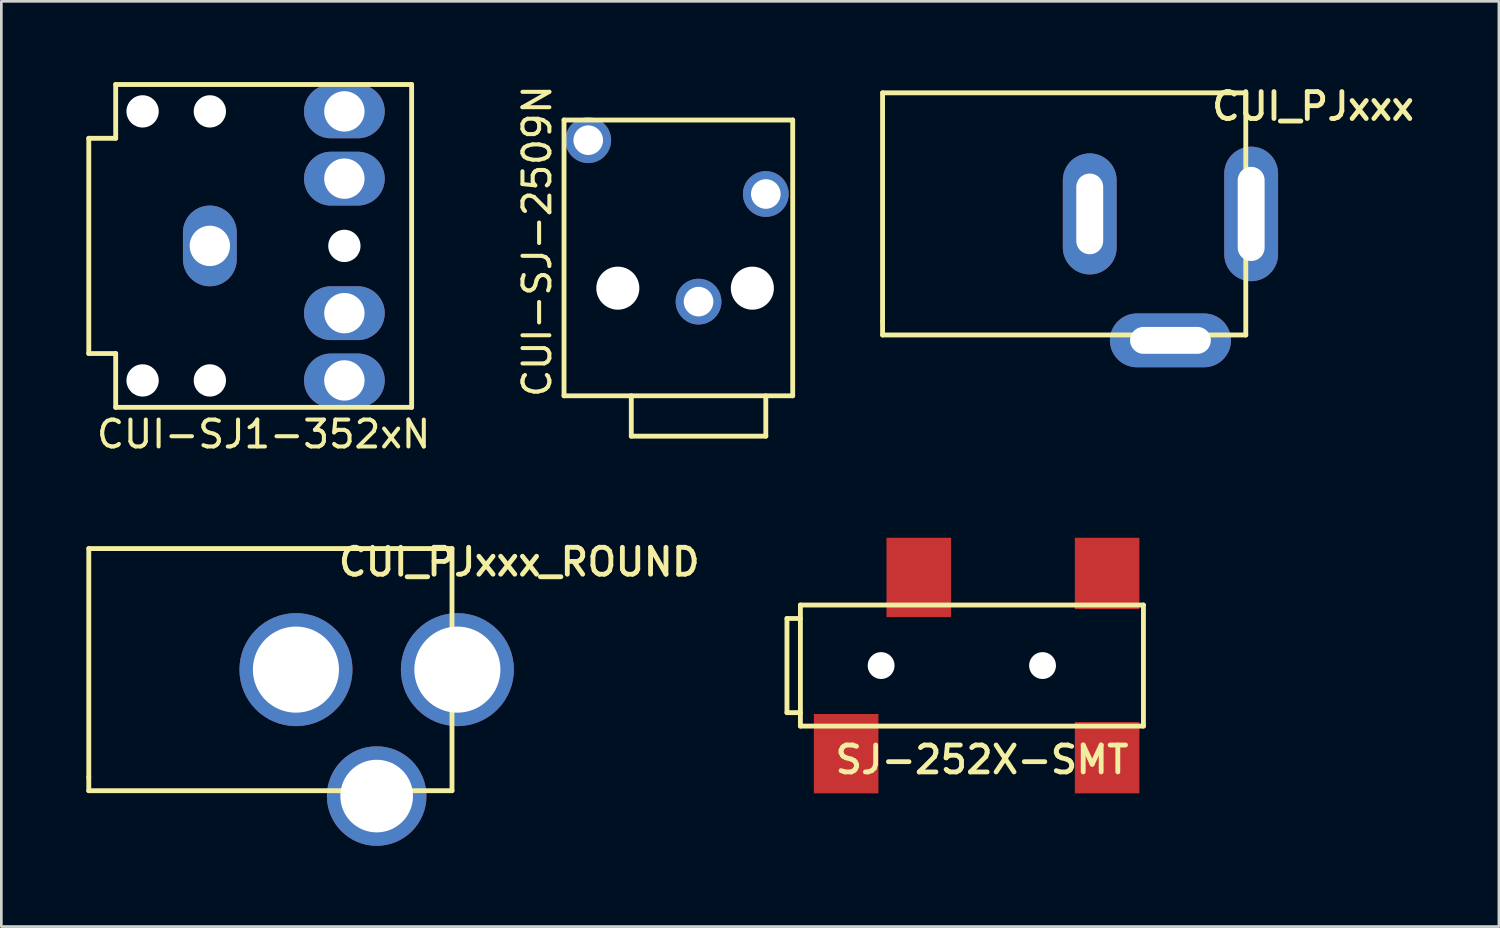
<source format=kicad_pcb>
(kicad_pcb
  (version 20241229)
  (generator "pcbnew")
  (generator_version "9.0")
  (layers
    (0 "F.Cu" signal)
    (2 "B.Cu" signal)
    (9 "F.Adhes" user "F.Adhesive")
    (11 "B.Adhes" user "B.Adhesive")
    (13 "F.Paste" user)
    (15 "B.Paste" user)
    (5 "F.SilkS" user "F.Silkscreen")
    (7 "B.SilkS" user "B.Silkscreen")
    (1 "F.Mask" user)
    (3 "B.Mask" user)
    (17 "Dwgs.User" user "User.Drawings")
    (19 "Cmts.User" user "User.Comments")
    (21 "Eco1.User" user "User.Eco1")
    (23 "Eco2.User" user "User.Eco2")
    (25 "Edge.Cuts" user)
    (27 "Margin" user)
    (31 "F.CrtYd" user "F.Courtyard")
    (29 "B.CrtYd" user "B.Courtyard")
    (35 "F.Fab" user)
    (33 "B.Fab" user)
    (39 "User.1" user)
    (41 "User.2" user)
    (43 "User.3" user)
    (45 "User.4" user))
  (footprint "CUI-SJ1-352xN"
    (layer "F.Cu")
    (at 0.25 6.09)
    (property "Reference" "CUI-SJ1-352xN" (at 6.5 7 0) (layer "F.SilkS") (effects (font (size 1 1) (thickness 0.15))))
    (attr through_hole)
    (fp_line (start 0 -4) (end 0 4) (stroke (width 0.18) (type solid)) (layer "F.SilkS"))
    (fp_line (start 1 -6) (end 1 -4) (stroke (width 0.18) (type solid)) (layer "F.SilkS"))
    (fp_line (start 1 -6) (end 12 -6) (stroke (width 0.18) (type solid)) (layer "F.SilkS"))
    (fp_line (start 1 -4) (end 0 -4) (stroke (width 0.18) (type solid)) (layer "F.SilkS"))
    (fp_line (start 1 4) (end 0 4) (stroke (width 0.18) (type solid)) (layer "F.SilkS"))
    (fp_line (start 1 6) (end 1 4) (stroke (width 0.18) (type solid)) (layer "F.SilkS"))
    (fp_line (start 1 6) (end 12 6) (stroke (width 0.18) (type solid)) (layer "F.SilkS"))
    (fp_line (start 12 -6) (end 12 6) (stroke (width 0.18) (type solid)) (layer "F.SilkS"))
    (pad "" np_thru_hole circle (at 2 -5) (size 1.2 1.2) (drill 1.2) (layers "*.Cu" "*.Mask"))
    (pad "" np_thru_hole circle (at 2 5) (size 1.2 1.2) (drill 1.2) (layers "*.Cu" "*.Mask"))
    (pad "" np_thru_hole circle (at 4.5 -5) (size 1.2 1.2) (drill 1.2) (layers "*.Cu" "*.Mask"))
    (pad "" np_thru_hole circle (at 4.5 5) (size 1.2 1.2) (drill 1.2) (layers "*.Cu" "*.Mask"))
    (pad "" np_thru_hole circle (at 9.5 0) (size 1.2 1.2) (drill 1.2) (layers "*.Cu" "*.Mask"))
    (pad "1" thru_hole oval (at 4.5 0) (size 2 3) (drill 1.5) (layers "*.Cu" "*.Mask"))
    (pad "2" thru_hole oval (at 9.5 5) (size 3 2) (drill 1.5) (layers "*.Cu" "*.Mask"))
    (pad "3" thru_hole oval (at 9.5 -5) (size 3 2) (drill 1.5) (layers "*.Cu" "*.Mask"))
    (pad "4" thru_hole oval (at 9.5 2.5) (size 3 2) (drill 1.5) (layers "*.Cu" "*.Mask"))
    (pad "5" thru_hole oval (at 9.5 -2.5) (size 3 2) (drill 1.5) (layers "*.Cu" "*.Mask")))
  (footprint "CUI_PJxxx"
    (layer "F.Cu")
    (at 29.754 4.901)
    (property "Reference" "CUI_PJxxx" (at 16 -4 0) (layer "F.SilkS") (effects (font (size 1 1) (thickness 0.18))))
    (attr through_hole)
    (fp_line (start 0 -4.5) (end 0 4) (stroke (width 0.18) (type solid)) (layer "F.SilkS"))
    (fp_line (start 0 -4.5) (end 13.5 -4.5) (stroke (width 0.18) (type solid)) (layer "F.SilkS"))
    (fp_line (start 0 4) (end 0 4.5) (stroke (width 0.18) (type solid)) (layer "F.SilkS"))
    (fp_line (start 13.5 -4.5) (end 13.5 4.5) (stroke (width 0.18) (type solid)) (layer "F.SilkS"))
    (fp_line (start 13.5 4.5) (end 0 4.5) (stroke (width 0.18) (type solid)) (layer "F.SilkS"))
    (pad "1" thru_hole oval (at 13.7 0) (size 2 5) (drill oval 1 3.5) (layers "*.Cu" "*.Mask"))
    (pad "2" thru_hole oval (at 7.7 0) (size 2 4.5) (drill oval 1 3) (layers "*.Cu" "*.Mask"))
    (pad "3" thru_hole oval (at 10.7 4.7) (size 4.5 2) (drill oval 3 1) (layers "*.Cu" "*.Mask")))
  (footprint "CUI_PJxxx_ROUND"
    (layer "F.Cu")
    (at 0.25 21.839)
    (property "Reference" "CUI_PJxxx_ROUND" (at 16 -4 0) (layer "F.SilkS") (effects (font (size 1 1) (thickness 0.18))))
    (attr through_hole)
    (fp_line (start 0 -4.5) (end 0 4) (stroke (width 0.18) (type solid)) (layer "F.SilkS"))
    (fp_line (start 0 -4.5) (end 13.5 -4.5) (stroke (width 0.18) (type solid)) (layer "F.SilkS"))
    (fp_line (start 0 4) (end 0 4.5) (stroke (width 0.18) (type solid)) (layer "F.SilkS"))
    (fp_line (start 13.5 -4.5) (end 13.5 4.5) (stroke (width 0.18) (type solid)) (layer "F.SilkS"))
    (fp_line (start 13.5 4.5) (end 0 4.5) (stroke (width 0.18) (type solid)) (layer "F.SilkS"))
    (pad "1" thru_hole circle (at 13.7 0) (size 4.2 4.2) (drill 3.2) (layers "*.Cu" "*.Mask"))
    (pad "2" thru_hole circle (at 7.7 0) (size 4.2 4.2) (drill 3.2) (layers "*.Cu" "*.Mask"))
    (pad "3" thru_hole circle (at 10.7 4.7) (size 3.7 3.7) (drill 2.7) (layers "*.Cu" "*.Mask")))
  (footprint "CUI-SJ-2509N"
    (layer "F.Cu")
    (at 22.914 11.661)
    (property "Reference" "CUI-SJ-2509N" (at -6 -5.75 90) (layer "F.SilkS") (effects (font (size 1 1) (thickness 0.15))))
    (attr through_hole)
    (fp_line (start -5 -10.25) (end 3.5 -10.25) (stroke (width 0.18) (type solid)) (layer "F.SilkS"))
    (fp_line (start -5 0) (end -5 -10.25) (stroke (width 0.18) (type solid)) (layer "F.SilkS"))
    (fp_line (start -2.5 1.5) (end -2.5 0) (stroke (width 0.18) (type solid)) (layer "F.SilkS"))
    (fp_line (start 2.5 0) (end 2.5 1.5) (stroke (width 0.18) (type solid)) (layer "F.SilkS"))
    (fp_line (start 2.5 1.5) (end -2.5 1.5) (stroke (width 0.18) (type solid)) (layer "F.SilkS"))
    (fp_line (start 3.5 -10.25) (end 3.5 0) (stroke (width 0.18) (type solid)) (layer "F.SilkS"))
    (fp_line (start 3.5 0) (end -5 0) (stroke (width 0.18) (type solid)) (layer "F.SilkS"))
    (pad "" np_thru_hole circle (at -3 -4) (size 1.6 1.6) (drill 1.6) (layers "*.Cu" "*.Mask"))
    (pad "" np_thru_hole circle (at 2 -4) (size 1.6 1.6) (drill 1.6) (layers "*.Cu" "*.Mask"))
    (pad "1" thru_hole circle (at 0 -3.5) (size 1.7 1.7) (drill 1.1) (layers "*.Cu" "*.Mask"))
    (pad "2" thru_hole circle (at 2.5 -7.5) (size 1.7 1.7) (drill 1.1) (layers "*.Cu" "*.Mask"))
    (pad "3" thru_hole circle (at -4.1 -9.5) (size 1.7 1.7) (drill 1.1) (layers "*.Cu" "*.Mask")))
  (footprint "SJ-252X-SMT"
    (layer "F.Cu")
    (at 26.7 21.688)
    (property "Reference" "SJ-252X-SMT" (at 6.75 3.5 0) (layer "F.SilkS") (effects (font (size 1 1) (thickness 0.18))))
    (attr through_hole)
    (fp_line (start -0.5 -1.75) (end -0.5 1.75) (stroke (width 0.18) (type solid)) (layer "F.SilkS"))
    (fp_line (start -0.5 1.75) (end 0 1.75) (stroke (width 0.18) (type solid)) (layer "F.SilkS"))
    (fp_line (start 0 -2.25) (end 12.75 -2.25) (stroke (width 0.18) (type solid)) (layer "F.SilkS"))
    (fp_line (start 0 -1.75) (end -0.5 -1.75) (stroke (width 0.18) (type solid)) (layer "F.SilkS"))
    (fp_line (start 0 2.25) (end 0 -2.25) (stroke (width 0.18) (type solid)) (layer "F.SilkS"))
    (fp_line (start 12.75 -2.25) (end 12.75 2.25) (stroke (width 0.18) (type solid)) (layer "F.SilkS"))
    (fp_line (start 12.75 2.25) (end 0 2.25) (stroke (width 0.18) (type solid)) (layer "F.SilkS"))
    (pad "" np_thru_hole circle (at 3 0) (size 1 1) (drill 1) (layers "*.Cu" "*.Mask"))
    (pad "" np_thru_hole circle (at 9 0) (size 1 1) (drill 1) (layers "*.Cu" "*.Mask"))
    (pad "1" smd rect (at 1.7 3.275) (size 2.4 2.95) (layers "F.Cu" "F.Mask" "F.Paste"))
    (pad "2" smd rect (at 11.4 3.425) (size 2.4 2.65) (layers "F.Cu" "F.Mask" "F.Paste"))
    (pad "3" smd rect (at 4.4 -3.275) (size 2.4 2.95) (layers "F.Cu" "F.Mask" "F.Paste"))
    (pad "4" smd rect (at 11.4 -3.425) (size 2.4 2.65) (layers "F.Cu" "F.Mask" "F.Paste")))
  (gr_rect
    (start -3 -3)
    (end 52.662 31.389)
    (stroke (width 0.1) (type default))
    (fill no)
    (layer "Edge.Cuts")))
</source>
